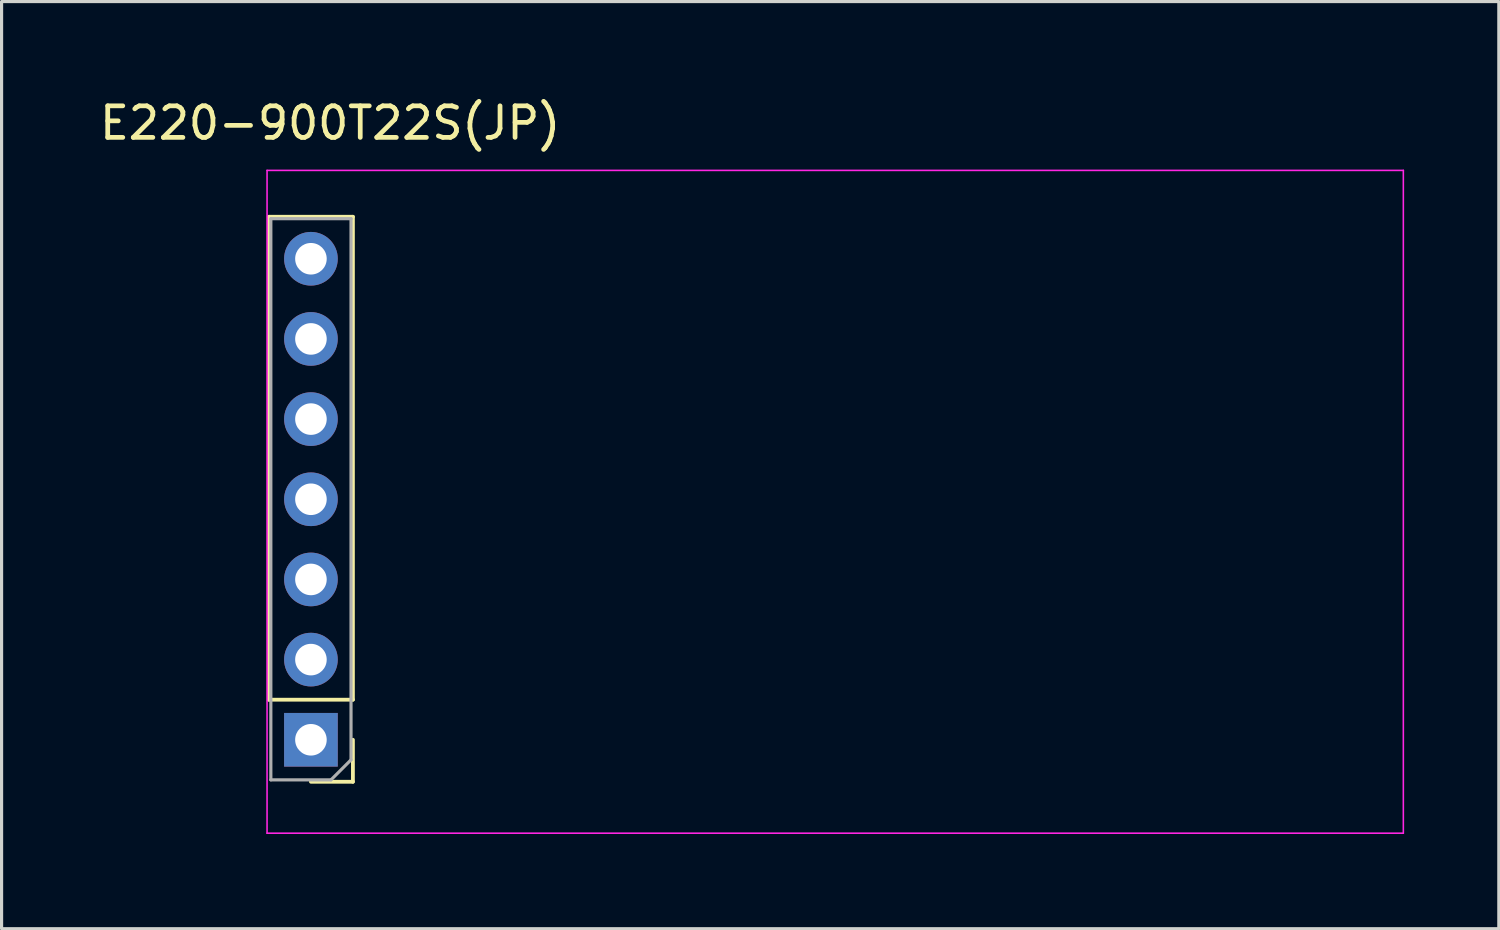
<source format=kicad_pcb>
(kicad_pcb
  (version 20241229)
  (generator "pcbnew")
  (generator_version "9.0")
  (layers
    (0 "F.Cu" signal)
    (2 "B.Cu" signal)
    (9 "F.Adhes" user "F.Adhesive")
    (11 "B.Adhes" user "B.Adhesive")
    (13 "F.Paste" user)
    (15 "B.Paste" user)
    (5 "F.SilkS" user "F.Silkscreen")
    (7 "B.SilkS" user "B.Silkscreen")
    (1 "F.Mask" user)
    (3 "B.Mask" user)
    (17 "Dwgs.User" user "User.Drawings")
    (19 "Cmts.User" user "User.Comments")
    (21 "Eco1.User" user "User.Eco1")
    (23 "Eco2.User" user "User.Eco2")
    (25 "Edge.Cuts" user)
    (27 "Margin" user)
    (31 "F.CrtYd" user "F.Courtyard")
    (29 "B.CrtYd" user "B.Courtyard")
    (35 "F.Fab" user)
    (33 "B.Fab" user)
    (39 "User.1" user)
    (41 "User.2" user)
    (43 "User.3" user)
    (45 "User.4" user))
  (footprint "E220-900T22S(JP)"
    (layer "F.Cu")
    (at 8.411 6.348)
    (property "Reference" "E220-900T22S(JP)" (at -1 -5.5 0) (layer "F.SilkS") (effects (font (size 1 1) (thickness 0.15))))
    (attr through_hole)
    (fp_line (start -2.94 12.77) (end -2.94 -2.53) (stroke (width 0.12) (type solid)) (layer "F.SilkS"))
    (fp_line (start -0.28 -2.53) (end -2.94 -2.53) (stroke (width 0.12) (type solid)) (layer "F.SilkS"))
    (fp_line (start -0.28 12.77) (end -2.94 12.77) (stroke (width 0.12) (type solid)) (layer "F.SilkS"))
    (fp_line (start -0.28 12.77) (end -0.28 -2.53) (stroke (width 0.12) (type solid)) (layer "F.SilkS"))
    (fp_line (start -0.28 14.04) (end -0.28 15.37) (stroke (width 0.12) (type solid)) (layer "F.SilkS"))
    (fp_line (start -0.28 15.37) (end -1.61 15.37) (stroke (width 0.12) (type solid)) (layer "F.SilkS"))
    (fp_line (start -3 -4) (end 33 -4) (stroke (width 0.05) (type default)) (layer "F.CrtYd"))
    (fp_line (start -3 17) (end -3 -4) (stroke (width 0.05) (type default)) (layer "F.CrtYd"))
    (fp_line (start 33 -4) (end 33 17) (stroke (width 0.05) (type default)) (layer "F.CrtYd"))
    (fp_line (start 33 17) (end -3 17) (stroke (width 0.05) (type default)) (layer "F.CrtYd"))
    (fp_line (start -2.88 -2.47) (end -0.34 -2.47) (stroke (width 0.1) (type solid)) (layer "F.Fab"))
    (fp_line (start -2.88 15.31) (end -2.88 -2.47) (stroke (width 0.1) (type solid)) (layer "F.Fab"))
    (fp_line (start -0.975 15.31) (end -2.88 15.31) (stroke (width 0.1) (type solid)) (layer "F.Fab"))
    (fp_line (start -0.34 -2.47) (end -0.34 14.675) (stroke (width 0.1) (type solid)) (layer "F.Fab"))
    (fp_line (start -0.34 14.675) (end -0.975 15.31) (stroke (width 0.1) (type solid)) (layer "F.Fab"))
    (pad "1" thru_hole oval (at -1.61 -1.2 180) (size 1.7 1.7) (drill 1) (layers "*.Cu" "*.Mask"))
    (pad "2" thru_hole oval (at -1.61 1.34 180) (size 1.7 1.7) (drill 1) (layers "*.Cu" "*.Mask"))
    (pad "3" thru_hole oval (at -1.61 3.88 180) (size 1.7 1.7) (drill 1) (layers "*.Cu" "*.Mask"))
    (pad "4" thru_hole oval (at -1.61 6.42 180) (size 1.7 1.7) (drill 1) (layers "*.Cu" "*.Mask"))
    (pad "5" thru_hole oval (at -1.61 8.96 180) (size 1.7 1.7) (drill 1) (layers "*.Cu" "*.Mask"))
    (pad "6" thru_hole oval (at -1.61 11.5 180) (size 1.7 1.7) (drill 1) (layers "*.Cu" "*.Mask"))
    (pad "7" thru_hole rect (at -1.61 14.04 180) (size 1.7 1.7) (drill 1) (layers "*.Cu" "*.Mask")))
  (gr_rect
    (start -3 -3)
    (end 44.436 26.373)
    (stroke (width 0.1) (type default))
    (fill no)
    (layer "Edge.Cuts")))
</source>
